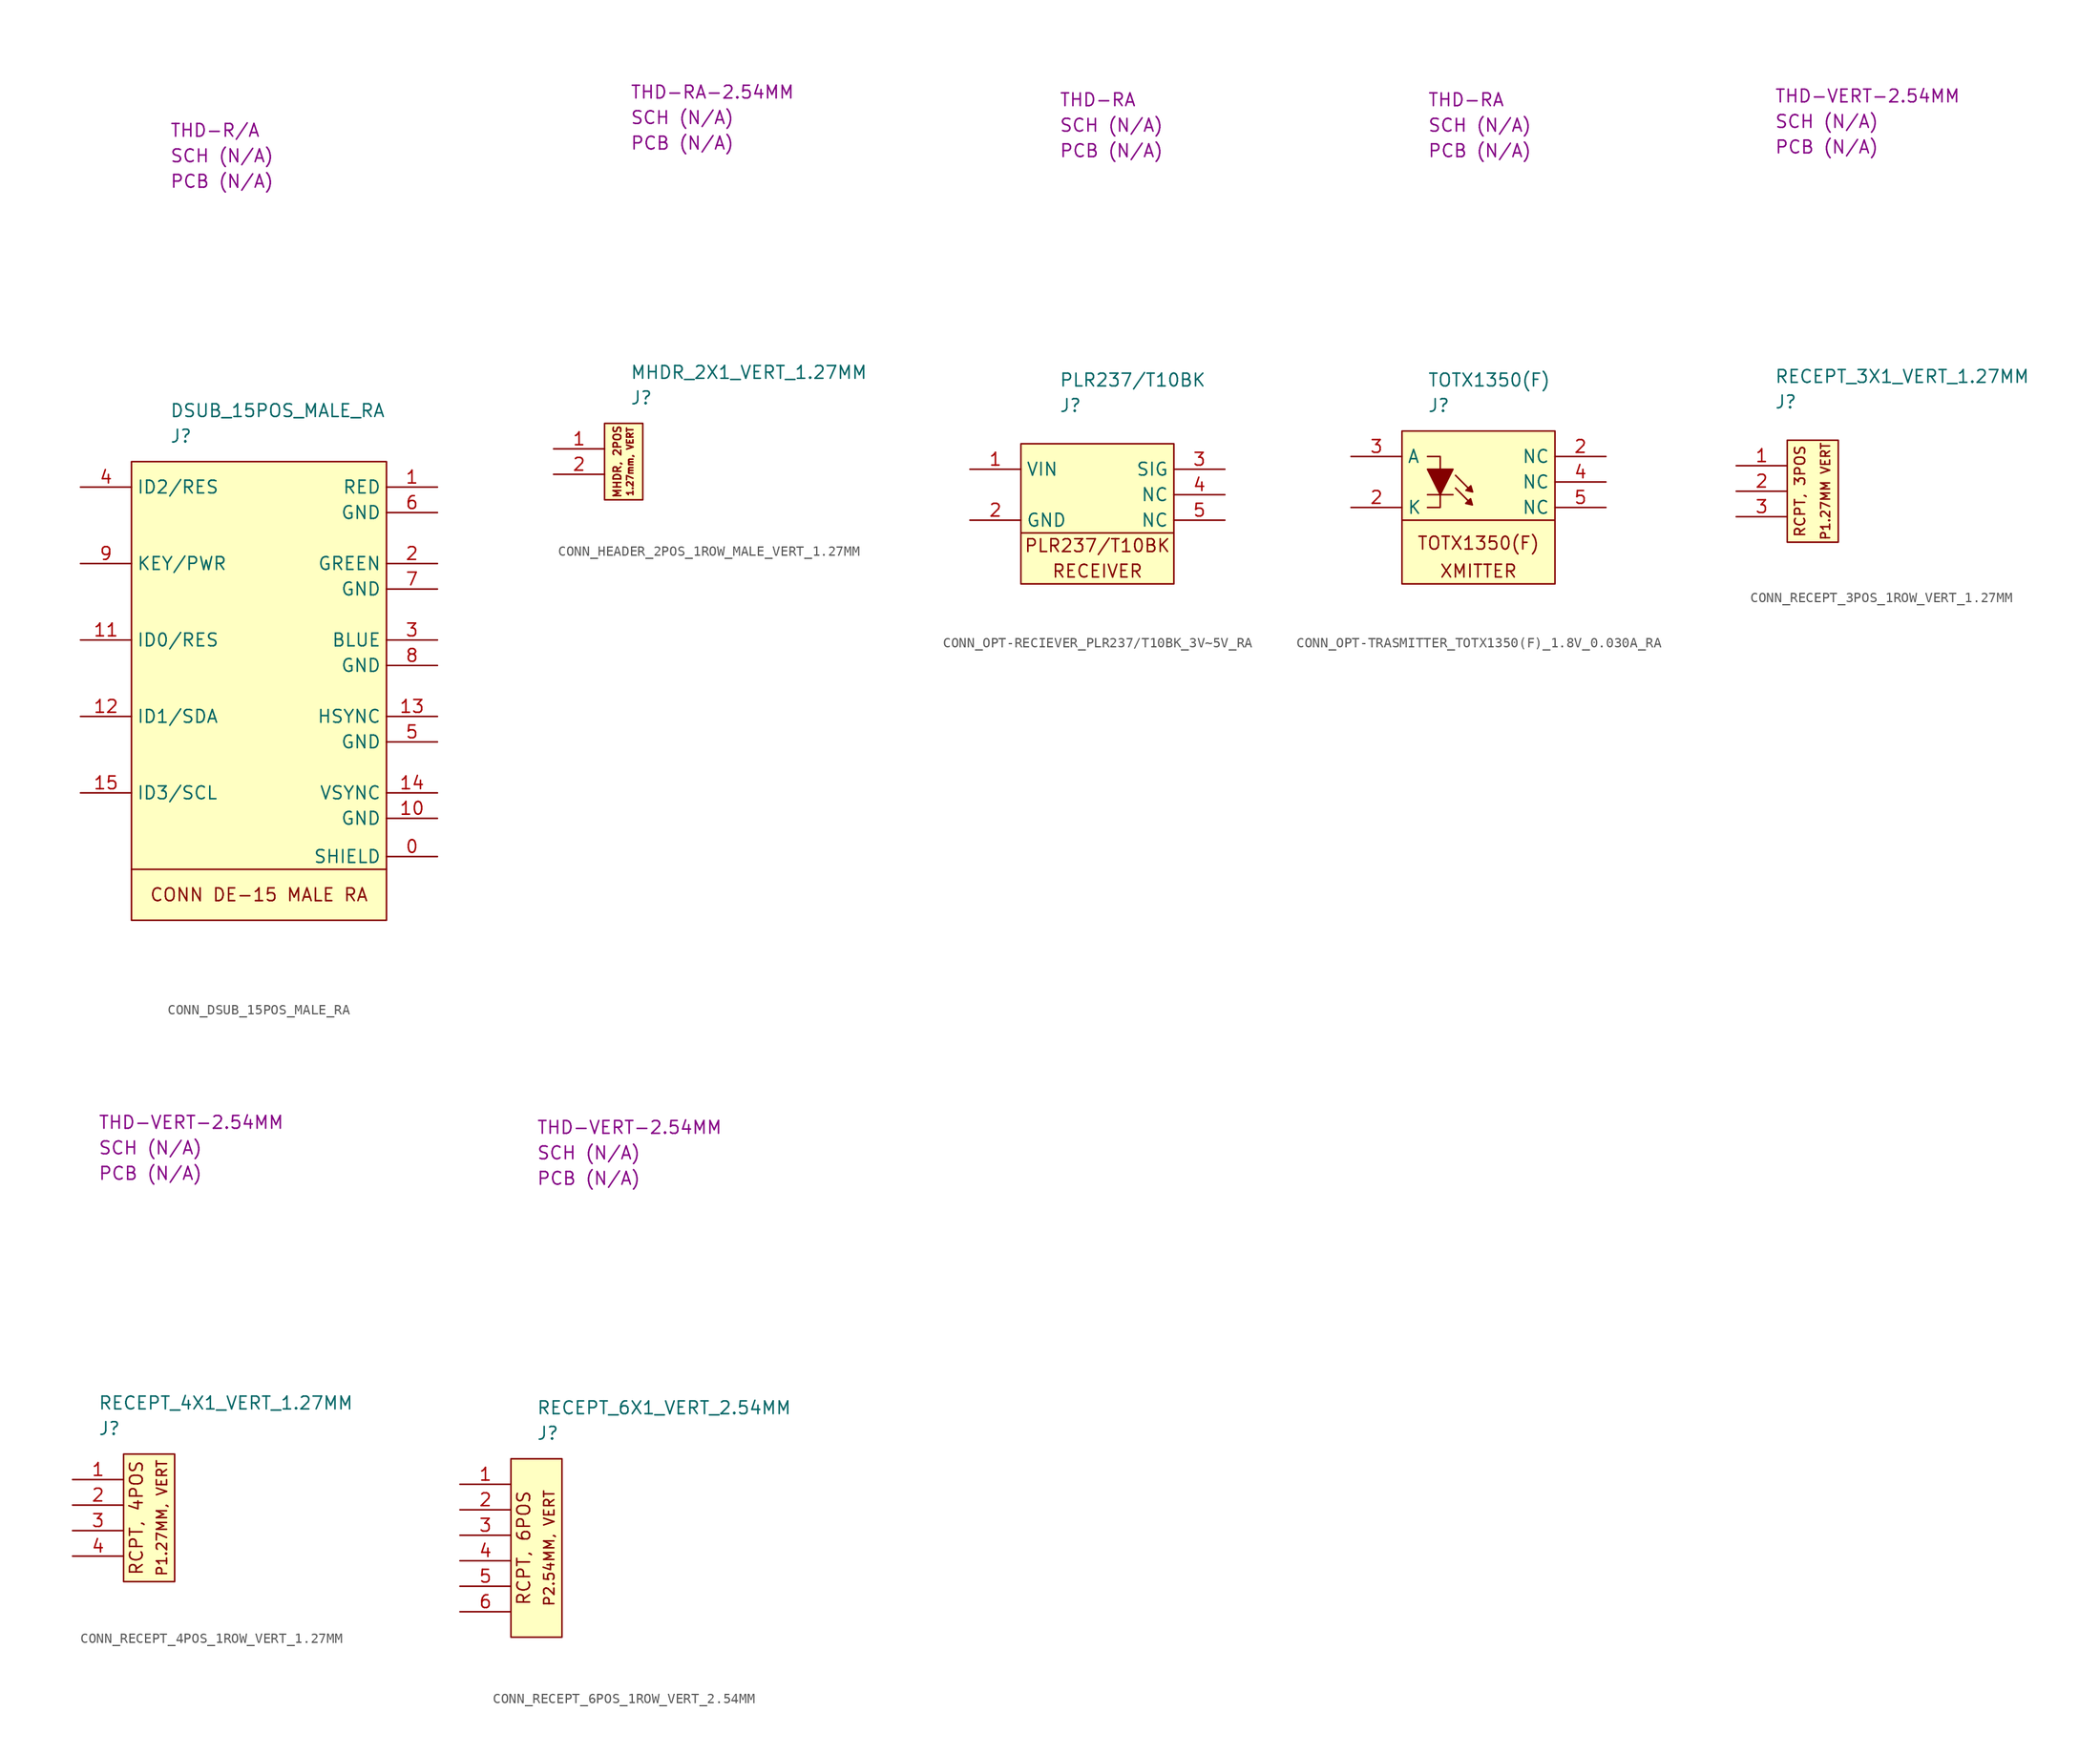
<source format=kicad_sym>
(kicad_symbol_lib
  (version 20220914)
  (generator kicad_symbol_editor)
  (symbol "CONN_DSUB_15POS_MALE_RA"
    (property "Reference" "J"
      (at 3.81 2.54 0)
      (effects (font (size 1.27 1.27)) (justify left)))
    (property "Value" "DSUB_15POS_MALE_RA"
      (at 3.81 5.08 0)
      (effects (font (size 1.27 1.27)) (justify left)))
    (property "Package" "THD-R/A"
      (at 3.81 33.02 0)
      (effects (font (size 1.27 1.27)) (justify left)))
    (property "SCH CHECK" "SCH (N/A)"
      (at 3.81 30.48 0)
      (effects (font (size 1.27 1.27)) (justify left)))
    (property "PCB CHECk" "PCB (N/A)"
      (at 3.81 27.94 0)
      (effects (font (size 1.27 1.27)) (justify left)))
    (symbol "CONN_DSUB_15POS_MALE_RA_0_1"
      (polyline (pts (xy 0 -40.64) (xy 25.4 -40.64)) (stroke (width 0) (type default)) (fill (type none)))
      (rectangle (start 0 0) (end 25.4 -45.72) (stroke (width 0) (type default)) (fill (type background)))
      (text "CONN DE-15 MALE RA" (at 12.7 -43.18 0) (effects (font (size 1.27 1.27)))))
    (symbol "CONN_DSUB_15POS_MALE_RA_1_1"
      (pin passive line (at 30.48 -39.37 180) (length 5.08) (name "SHIELD" (effects (font (size 1.27 1.27)))) (number "0" (effects (font (size 1.27 1.27)))))
      (pin passive line (at 30.48 -2.54 180) (length 5.08) (name "RED" (effects (font (size 1.27 1.27)))) (number "1" (effects (font (size 1.27 1.27)))))
      (pin passive line (at 30.48 -35.56 180) (length 5.08) (name "GND" (effects (font (size 1.27 1.27)))) (number "10" (effects (font (size 1.27 1.27)))))
      (pin passive line (at -5.08 -17.78 0) (length 5.08) (name "ID0/RES" (effects (font (size 1.27 1.27)))) (number "11" (effects (font (size 1.27 1.27)))))
      (pin passive line (at -5.08 -25.4 0) (length 5.08) (name "ID1/SDA" (effects (font (size 1.27 1.27)))) (number "12" (effects (font (size 1.27 1.27)))))
      (pin passive line (at 30.48 -25.4 180) (length 5.08) (name "HSYNC" (effects (font (size 1.27 1.27)))) (number "13" (effects (font (size 1.27 1.27)))))
      (pin passive line (at 30.48 -33.02 180) (length 5.08) (name "VSYNC" (effects (font (size 1.27 1.27)))) (number "14" (effects (font (size 1.27 1.27)))))
      (pin passive line (at -5.08 -33.02 0) (length 5.08) (name "ID3/SCL" (effects (font (size 1.27 1.27)))) (number "15" (effects (font (size 1.27 1.27)))))
      (pin passive line (at 30.48 -10.16 180) (length 5.08) (name "GREEN" (effects (font (size 1.27 1.27)))) (number "2" (effects (font (size 1.27 1.27)))))
      (pin passive line (at 30.48 -17.78 180) (length 5.08) (name "BLUE" (effects (font (size 1.27 1.27)))) (number "3" (effects (font (size 1.27 1.27)))))
      (pin passive line (at -5.08 -2.54 0) (length 5.08) (name "ID2/RES" (effects (font (size 1.27 1.27)))) (number "4" (effects (font (size 1.27 1.27)))))
      (pin passive line (at 30.48 -27.94 180) (length 5.08) (name "GND" (effects (font (size 1.27 1.27)))) (number "5" (effects (font (size 1.27 1.27)))))
      (pin passive line (at 30.48 -5.08 180) (length 5.08) (name "GND" (effects (font (size 1.27 1.27)))) (number "6" (effects (font (size 1.27 1.27)))))
      (pin passive line (at 30.48 -12.7 180) (length 5.08) (name "GND" (effects (font (size 1.27 1.27)))) (number "7" (effects (font (size 1.27 1.27)))))
      (pin passive line (at 30.48 -20.32 180) (length 5.08) (name "GND" (effects (font (size 1.27 1.27)))) (number "8" (effects (font (size 1.27 1.27)))))
      (pin passive line (at -5.08 -10.16 0) (length 5.08) (name "KEY/PWR" (effects (font (size 1.27 1.27)))) (number "9" (effects (font (size 1.27 1.27)))))))
  (symbol "CONN_HEADER_2POS_1ROW_MALE_VERT_1.27MM"
    (property "Reference" "J"
      (at 2.54 2.54 0)
      (effects (font (size 1.27 1.27)) (justify left)))
    (property "Value" "MHDR_2X1_VERT_1.27MM"
      (at 2.54 5.08 0)
      (effects (font (size 1.27 1.27)) (justify left)))
    (property "Package" "THD-RA-2.54MM"
      (at 2.54 33.02 0)
      (effects (font (size 1.27 1.27)) (justify left)))
    (property "SCH CHECK" "SCH (N/A)"
      (at 2.54 30.48 0)
      (effects (font (size 1.27 1.27)) (justify left)))
    (property "PCB CHECk" "PCB (N/A)"
      (at 2.54 27.94 0)
      (effects (font (size 1.27 1.27)) (justify left)))
    (symbol "CONN_HEADER_2POS_1ROW_MALE_VERT_1.27MM_0_0"
      (text "1.27mm, VERT" (at 2.54 -3.81 900) (effects (font (size 0.635 0.635))))
      (text "MHDR, 2POS" (at 1.27 -3.81 900) (effects (font (size 0.762 0.762)))))
    (symbol "CONN_HEADER_2POS_1ROW_MALE_VERT_1.27MM_0_1"
      (rectangle (start 0 0) (end 3.81 -7.62) (stroke (width 0) (type default)) (fill (type background))))
    (symbol "CONN_HEADER_2POS_1ROW_MALE_VERT_1.27MM_1_1"
      (pin passive line (at -5.08 -2.54 0) (length 5.08) (name "" (effects (font (size 1.27 1.27)))) (number "1" (effects (font (size 1.27 1.27)))))
      (pin passive line (at -5.08 -5.08 0) (length 5.08) (name "" (effects (font (size 1.27 1.27)))) (number "2" (effects (font (size 1.27 1.27)))))))
  (symbol "CONN_OPT-RECIEVER_PLR237/T10BK_3V~5V_RA"
    (property "Reference" "J"
      (at 3.81 3.81 0)
      (effects (font (size 1.27 1.27)) (justify left)))
    (property "Value" "PLR237/T10BK"
      (at 3.81 6.35 0)
      (effects (font (size 1.27 1.27)) (justify left)))
    (property "Package" "THD-RA"
      (at 3.81 34.29 0)
      (effects (font (size 1.27 1.27)) (justify left)))
    (property "SCH CHECK" "SCH (N/A)"
      (at 3.81 31.75 0)
      (effects (font (size 1.27 1.27)) (justify left)))
    (property "PCB CHECk" "PCB (N/A)"
      (at 3.81 29.21 0)
      (effects (font (size 1.27 1.27)) (justify left)))
    (symbol "CONN_OPT-RECIEVER_PLR237/T10BK_3V~5V_RA_0_0"
      (text "PLR237/T10BK" (at 7.62 -10.16 0) (effects (font (size 1.27 1.27)))))
    (symbol "CONN_OPT-RECIEVER_PLR237/T10BK_3V~5V_RA_0_1"
      (polyline (pts (xy 0 -8.89) (xy 15.24 -8.89)) (stroke (width 0) (type default)) (fill (type none)))
      (rectangle (start 0 0) (end 15.24 -13.97) (stroke (width 0) (type default)) (fill (type background)))
      (text "RECEIVER" (at 7.62 -12.7 0) (effects (font (size 1.27 1.27)))))
    (symbol "CONN_OPT-RECIEVER_PLR237/T10BK_3V~5V_RA_1_1"
      (pin passive line (at -5.08 -2.54 0) (length 5.08) (name "VIN" (effects (font (size 1.27 1.27)))) (number "1" (effects (font (size 1.27 1.27)))))
      (pin passive line (at -5.08 -7.62 0) (length 5.08) (name "GND" (effects (font (size 1.27 1.27)))) (number "2" (effects (font (size 1.27 1.27)))))
      (pin passive line (at 20.32 -2.54 180) (length 5.08) (name "SIG" (effects (font (size 1.27 1.27)))) (number "3" (effects (font (size 1.27 1.27)))))
      (pin passive line (at 20.32 -5.08 180) (length 5.08) (name "NC" (effects (font (size 1.27 1.27)))) (number "4" (effects (font (size 1.27 1.27)))))
      (pin passive line (at 20.32 -7.62 180) (length 5.08) (name "NC" (effects (font (size 1.27 1.27)))) (number "5" (effects (font (size 1.27 1.27)))))))
  (symbol "CONN_OPT-TRASMITTER_TOTX1350(F)_1.8V_0.030A_RA"
    (property "Reference" "J"
      (at 2.54 2.54 0)
      (effects (font (size 1.27 1.27)) (justify left)))
    (property "Value" "TOTX1350(F)"
      (at 2.54 5.08 0)
      (effects (font (size 1.27 1.27)) (justify left)))
    (property "Package" "THD-RA"
      (at 2.54 33.02 0)
      (effects (font (size 1.27 1.27)) (justify left)))
    (property "SCH CHECK" "SCH (N/A)"
      (at 2.54 30.48 0)
      (effects (font (size 1.27 1.27)) (justify left)))
    (property "PCB CHECk" "PCB (N/A)"
      (at 2.54 27.94 0)
      (effects (font (size 1.27 1.27)) (justify left)))
    (symbol "CONN_OPT-TRASMITTER_TOTX1350(F)_1.8V_0.030A_RA_0_0"
      (text "	\nTOTX1350(F)" (at 7.62 -10.16 0) (effects (font (size 1.27 1.27)))))
    (symbol "CONN_OPT-TRASMITTER_TOTX1350(F)_1.8V_0.030A_RA_0_1"
      (polyline (pts (xy 0 -8.89) (xy 15.24 -8.89)) (stroke (width 0) (type default)) (fill (type none)))
      (polyline (pts (xy 2.54 -6.35) (xy 5.08 -6.35)) (stroke (width 0) (type default)) (fill (type none)))
      (polyline (pts (xy 5.334 -5.69) (xy 6.604 -6.96)) (stroke (width 0) (type default)) (fill (type none)))
      (polyline (pts (xy 5.334 -4.42) (xy 6.604 -5.69)) (stroke (width 0) (type default)) (fill (type none)))
      (polyline (pts (xy 2.54 -7.62) (xy 3.81 -7.62) (xy 3.81 -6.35)) (stroke (width 0) (type default)) (fill (type none)))
      (polyline (pts (xy 2.54 -2.54) (xy 3.81 -2.54) (xy 3.81 -3.81)) (stroke (width 0) (type default)) (fill (type none)))
      (polyline (pts (xy 2.54 -3.81) (xy 5.08 -3.81) (xy 3.81 -6.35) (xy 2.54 -3.81)) (stroke (width 0) (type default)) (fill (type outline)))
      (polyline (pts (xy 6.833 -6.756) (xy 6.35 -7.214) (xy 7.01 -7.366) (xy 6.833 -6.756)) (stroke (width 0) (type default)) (fill (type outline)))
      (polyline (pts (xy 6.858 -5.461) (xy 6.375 -5.918) (xy 7.036 -6.071) (xy 6.858 -5.461)) (stroke (width 0) (type default)) (fill (type outline)))
      (rectangle (start 0 0) (end 15.24 -15.24) (stroke (width 0) (type default)) (fill (type background)))
      (text "XMITTER" (at 7.62 -13.97 0) (effects (font (size 1.27 1.27)))))
    (symbol "CONN_OPT-TRASMITTER_TOTX1350(F)_1.8V_0.030A_RA_1_1"
      (pin passive line (at -5.08 -7.62 0) (length 5.08) (name "K" (effects (font (size 1.27 1.27)))) (number "2" (effects (font (size 1.27 1.27)))))
      (pin passive line (at 20.32 -2.54 180) (length 5.08) (name "NC" (effects (font (size 1.27 1.27)))) (number "2" (effects (font (size 1.27 1.27)))))
      (pin passive line (at -5.08 -2.54 0) (length 5.08) (name "A" (effects (font (size 1.27 1.27)))) (number "3" (effects (font (size 1.27 1.27)))))
      (pin passive line (at 20.32 -5.08 180) (length 5.08) (name "NC" (effects (font (size 1.27 1.27)))) (number "4" (effects (font (size 1.27 1.27)))))
      (pin passive line (at 20.32 -7.62 180) (length 5.08) (name "NC" (effects (font (size 1.27 1.27)))) (number "5" (effects (font (size 1.27 1.27)))))))
  (symbol "CONN_RECEPT_3POS_1ROW_VERT_1.27MM"
    (property "Reference" "J"
      (at 3.81 3.81 0)
      (effects (font (size 1.27 1.27)) (justify left)))
    (property "Value" "RECEPT_3X1_VERT_1.27MM"
      (at 3.81 6.35 0)
      (effects (font (size 1.27 1.27)) (justify left)))
    (property "Package" "THD-VERT-2.54MM"
      (at 3.81 34.29 0)
      (effects (font (size 1.27 1.27)) (justify left)))
    (property "SCH CHECK" "SCH (N/A)"
      (at 3.81 31.75 0)
      (effects (font (size 1.27 1.27)) (justify left)))
    (property "PCB CHECk" "PCB (N/A)"
      (at 3.81 29.21 0)
      (effects (font (size 1.27 1.27)) (justify left)))
    (symbol "CONN_RECEPT_3POS_1ROW_VERT_1.27MM_0_0"
      (text "P1.27MM VERT" (at 8.89 -5.08 900) (effects (font (size 0.889 0.889))))
      (text "RCPT, 3POS" (at 6.35 -5.08 900) (effects (font (size 1.016 1.016)))))
    (symbol "CONN_RECEPT_3POS_1ROW_VERT_1.27MM_0_1"
      (rectangle (start 5.08 0) (end 10.16 -10.16) (stroke (width 0) (type default)) (fill (type background))))
    (symbol "CONN_RECEPT_3POS_1ROW_VERT_1.27MM_1_1"
      (pin passive line (at 0 -2.54 0) (length 5.08) (name "" (effects (font (size 1.27 1.27)))) (number "1" (effects (font (size 1.27 1.27)))))
      (pin passive line (at 0 -5.08 0) (length 5.08) (name "" (effects (font (size 1.27 1.27)))) (number "2" (effects (font (size 1.27 1.27)))))
      (pin passive line (at 0 -7.62 0) (length 5.08) (name "" (effects (font (size 1.27 1.27)))) (number "3" (effects (font (size 1.27 1.27)))))))
  (symbol "CONN_RECEPT_4POS_1ROW_VERT_1.27MM"
    (property "Reference" "J"
      (at 2.54 2.54 0)
      (effects (font (size 1.27 1.27)) (justify left)))
    (property "Value" "RECEPT_4X1_VERT_1.27MM"
      (at 2.54 5.08 0)
      (effects (font (size 1.27 1.27)) (justify left)))
    (property "Package" "THD-VERT-2.54MM"
      (at 2.54 33.02 0)
      (effects (font (size 1.27 1.27)) (justify left)))
    (property "SCH CHECK" "SCH (N/A)"
      (at 2.54 30.48 0)
      (effects (font (size 1.27 1.27)) (justify left)))
    (property "PCB CHECk" "PCB (N/A)"
      (at 2.54 27.94 0)
      (effects (font (size 1.27 1.27)) (justify left)))
    (symbol "CONN_RECEPT_4POS_1ROW_VERT_1.27MM_0_0"
      (text "P1.27MM, VERT" (at 8.89 -6.35 900) (effects (font (size 1.016 1.016))))
      (text "RCPT, 4POS" (at 6.35 -6.35 900) (effects (font (size 1.27 1.27)))))
    (symbol "CONN_RECEPT_4POS_1ROW_VERT_1.27MM_0_1"
      (rectangle (start 5.08 0) (end 10.16 -12.7) (stroke (width 0) (type default)) (fill (type background))))
    (symbol "CONN_RECEPT_4POS_1ROW_VERT_1.27MM_1_1"
      (pin passive line (at 0 -2.54 0) (length 5.08) (name "" (effects (font (size 1.27 1.27)))) (number "1" (effects (font (size 1.27 1.27)))))
      (pin passive line (at 0 -5.08 0) (length 5.08) (name "" (effects (font (size 1.27 1.27)))) (number "2" (effects (font (size 1.27 1.27)))))
      (pin passive line (at 0 -7.62 0) (length 5.08) (name "" (effects (font (size 1.27 1.27)))) (number "3" (effects (font (size 1.27 1.27)))))
      (pin passive line (at 0 -10.16 0) (length 5.08) (name "" (effects (font (size 1.27 1.27)))) (number "4" (effects (font (size 1.27 1.27)))))))
  (symbol "CONN_RECEPT_6POS_1ROW_VERT_2.54MM"
    (property "Reference" "J"
      (at 2.54 2.54 0)
      (effects (font (size 1.27 1.27)) (justify left)))
    (property "Value" "RECEPT_6X1_VERT_2.54MM"
      (at 2.54 5.08 0)
      (effects (font (size 1.27 1.27)) (justify left)))
    (property "Package" "THD-VERT-2.54MM"
      (at 2.54 33.02 0)
      (effects (font (size 1.27 1.27)) (justify left)))
    (property "SCH CHECK" "SCH (N/A)"
      (at 2.54 30.48 0)
      (effects (font (size 1.27 1.27)) (justify left)))
    (property "PCB CHECk" "PCB (N/A)"
      (at 2.54 27.94 0)
      (effects (font (size 1.27 1.27)) (justify left)))
    (symbol "CONN_RECEPT_6POS_1ROW_VERT_2.54MM_0_0"
      (text "P2.54MM, VERT" (at 3.81 -8.89 900) (effects (font (size 1.016 1.016))))
      (text "RCPT, 6POS" (at 1.27 -8.89 900) (effects (font (size 1.27 1.27)))))
    (symbol "CONN_RECEPT_6POS_1ROW_VERT_2.54MM_0_1"
      (rectangle (start 0 0) (end 5.08 -17.78) (stroke (width 0) (type default)) (fill (type background))))
    (symbol "CONN_RECEPT_6POS_1ROW_VERT_2.54MM_1_1"
      (pin passive line (at -5.08 -2.54 0) (length 5.08) (name "" (effects (font (size 1.27 1.27)))) (number "1" (effects (font (size 1.27 1.27)))))
      (pin passive line (at -5.08 -5.08 0) (length 5.08) (name "" (effects (font (size 1.27 1.27)))) (number "2" (effects (font (size 1.27 1.27)))))
      (pin passive line (at -5.08 -7.62 0) (length 5.08) (name "" (effects (font (size 1.27 1.27)))) (number "3" (effects (font (size 1.27 1.27)))))
      (pin passive line (at -5.08 -10.16 0) (length 5.08) (name "" (effects (font (size 1.27 1.27)))) (number "4" (effects (font (size 1.27 1.27)))))
      (pin passive line (at -5.08 -12.7 0) (length 5.08) (name "" (effects (font (size 1.27 1.27)))) (number "5" (effects (font (size 1.27 1.27)))))
      (pin passive line (at -5.08 -15.24 0) (length 5.08) (name "" (effects (font (size 1.27 1.27)))) (number "6" (effects (font (size 1.27 1.27))))))))
</source>
